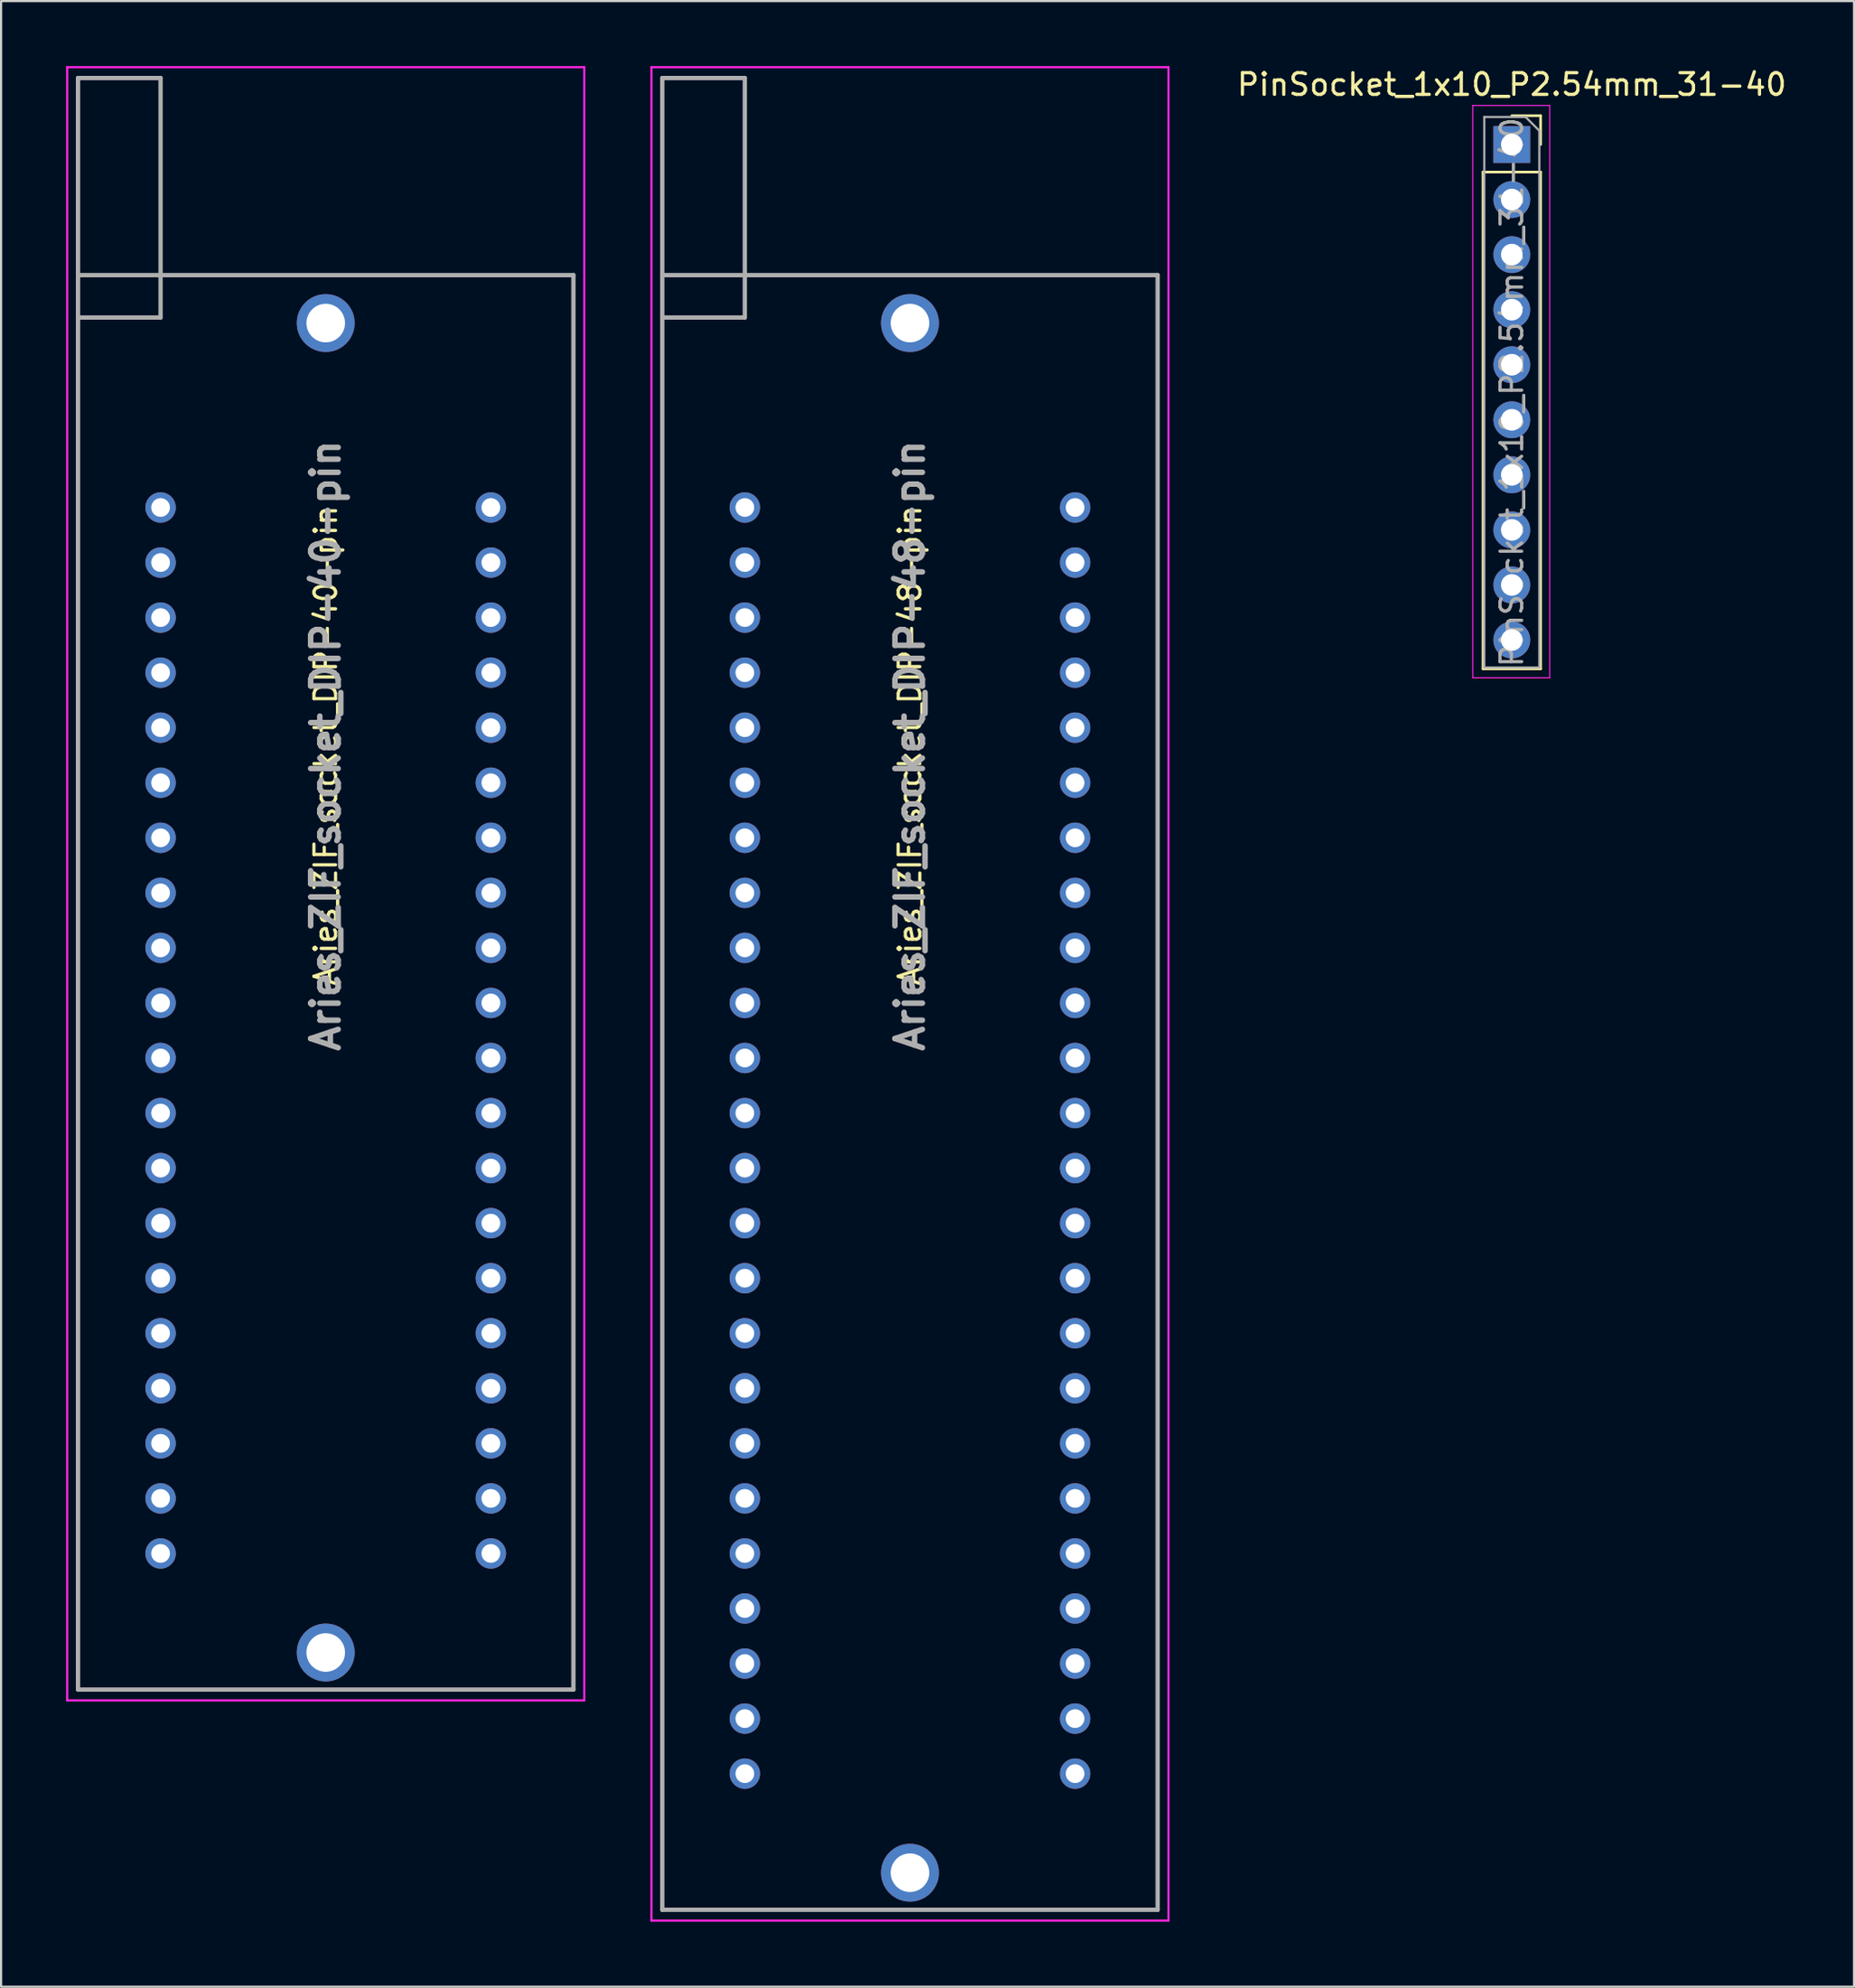
<source format=kicad_pcb>
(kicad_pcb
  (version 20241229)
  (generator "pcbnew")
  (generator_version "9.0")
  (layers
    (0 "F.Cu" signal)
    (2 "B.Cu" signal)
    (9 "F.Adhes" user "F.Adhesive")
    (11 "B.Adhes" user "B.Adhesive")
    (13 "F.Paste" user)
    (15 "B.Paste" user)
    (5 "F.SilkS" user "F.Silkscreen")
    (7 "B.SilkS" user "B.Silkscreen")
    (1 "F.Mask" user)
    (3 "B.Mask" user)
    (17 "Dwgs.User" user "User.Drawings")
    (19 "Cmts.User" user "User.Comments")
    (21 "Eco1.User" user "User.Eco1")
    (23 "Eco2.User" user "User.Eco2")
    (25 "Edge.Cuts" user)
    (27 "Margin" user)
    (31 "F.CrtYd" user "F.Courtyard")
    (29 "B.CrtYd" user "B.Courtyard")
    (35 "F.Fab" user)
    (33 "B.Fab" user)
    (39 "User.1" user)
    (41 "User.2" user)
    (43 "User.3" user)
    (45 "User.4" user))
  (footprint "Aries_ZIF_socket_DIP-48-pin"
    (layer "F.Cu")
    (at 38.94 34.335)
    (property "Reference" "Aries_ZIF_socket_DIP-48-pin" (at 0 -2.985 90) (layer "F.SilkS") (effects (font (size 1 1) (thickness 0.15))))
    (attr through_hole)
    (fp_line (start -11.43 -24.69) (end 11.43 -24.69) (stroke (width 0.1) (type solid)) (layer "F.SilkS"))
    (fp_line (start -11.43 25.33) (end -11.43 -24.69) (stroke (width 0.1) (type solid)) (layer "F.SilkS"))
    (fp_line (start 11.43 -24.69) (end 11.43 25.33) (stroke (width 0.1) (type solid)) (layer "F.SilkS"))
    (fp_line (start 11.43 50.73) (end -11.43 50.73) (stroke (width 0.1) (type solid)) (layer "F.SilkS"))
    (fp_line (start -11.93 -34.285) (end 11.93 -34.285) (stroke (width 0.1) (type solid)) (layer "F.CrtYd"))
    (fp_line (start -11.93 51.23) (end -11.93 -34.285) (stroke (width 0.1) (type solid)) (layer "F.CrtYd"))
    (fp_line (start 11.93 -34.285) (end 11.93 51.23) (stroke (width 0.1) (type solid)) (layer "F.CrtYd"))
    (fp_line (start 11.93 51.23) (end -11.93 51.23) (stroke (width 0.1) (type solid)) (layer "F.CrtYd"))
    (fp_line (start -11.43 -33.785) (end -7.62 -33.785) (stroke (width 0.2) (type solid)) (layer "F.Fab"))
    (fp_line (start -11.43 -24.69) (end 11.43 -24.69) (stroke (width 0.2) (type solid)) (layer "F.Fab"))
    (fp_line (start -11.43 -22.735) (end -11.43 -33.785) (stroke (width 0.2) (type solid)) (layer "F.Fab"))
    (fp_line (start -11.43 50.73) (end -11.43 -22.735) (stroke (width 0.2) (type solid)) (layer "F.Fab"))
    (fp_line (start -7.62 -33.785) (end -7.62 -22.735) (stroke (width 0.2) (type solid)) (layer "F.Fab"))
    (fp_line (start -7.62 -22.735) (end -11.43 -22.735) (stroke (width 0.2) (type solid)) (layer "F.Fab"))
    (fp_line (start 11.43 -24.69) (end 11.43 50.73) (stroke (width 0.2) (type solid)) (layer "F.Fab"))
    (fp_line (start 11.43 50.73) (end -11.43 50.73) (stroke (width 0.2) (type solid)) (layer "F.Fab"))
    (fp_text user "${REFERENCE}" (at 0 -2.985 90) (layer "F.Fab") (effects (font (size 1.27 1.27) (thickness 0.254))))
    (pad "1" thru_hole circle (at -7.62 -13.97 90) (size 1.403 1.403) (drill 0.864) (layers "*.Cu" "*.Mask"))
    (pad "2" thru_hole circle (at -7.62 -11.43 90) (size 1.403 1.403) (drill 0.864) (layers "*.Cu" "*.Mask"))
    (pad "3" thru_hole circle (at -7.62 -8.89 90) (size 1.403 1.403) (drill 0.864) (layers "*.Cu" "*.Mask"))
    (pad "4" thru_hole circle (at -7.62 -6.35 90) (size 1.403 1.403) (drill 0.864) (layers "*.Cu" "*.Mask"))
    (pad "5" thru_hole circle (at -7.62 -3.81 90) (size 1.403 1.403) (drill 0.864) (layers "*.Cu" "*.Mask"))
    (pad "6" thru_hole circle (at -7.62 -1.27 90) (size 1.403 1.403) (drill 0.864) (layers "*.Cu" "*.Mask"))
    (pad "7" thru_hole circle (at -7.62 1.27 90) (size 1.403 1.403) (drill 0.864) (layers "*.Cu" "*.Mask"))
    (pad "8" thru_hole circle (at -7.62 3.81 90) (size 1.403 1.403) (drill 0.864) (layers "*.Cu" "*.Mask"))
    (pad "9" thru_hole circle (at -7.62 6.35 90) (size 1.403 1.403) (drill 0.864) (layers "*.Cu" "*.Mask"))
    (pad "10" thru_hole circle (at -7.62 8.89 90) (size 1.403 1.403) (drill 0.864) (layers "*.Cu" "*.Mask"))
    (pad "11" thru_hole circle (at -7.62 11.43 90) (size 1.403 1.403) (drill 0.864) (layers "*.Cu" "*.Mask"))
    (pad "12" thru_hole circle (at -7.62 13.97 90) (size 1.403 1.403) (drill 0.864) (layers "*.Cu" "*.Mask"))
    (pad "13" thru_hole circle (at -7.62 16.51 90) (size 1.403 1.403) (drill 0.864) (layers "*.Cu" "*.Mask"))
    (pad "14" thru_hole circle (at -7.62 19.05 90) (size 1.403 1.403) (drill 0.864) (layers "*.Cu" "*.Mask"))
    (pad "15" thru_hole circle (at -7.62 21.59 90) (size 1.403 1.403) (drill 0.864) (layers "*.Cu" "*.Mask"))
    (pad "16" thru_hole circle (at -7.62 24.13 90) (size 1.403 1.403) (drill 0.864) (layers "*.Cu" "*.Mask"))
    (pad "17" thru_hole circle (at -7.62 26.67 90) (size 1.403 1.403) (drill 0.864) (layers "*.Cu" "*.Mask"))
    (pad "18" thru_hole circle (at -7.62 29.21 90) (size 1.403 1.403) (drill 0.864) (layers "*.Cu" "*.Mask"))
    (pad "19" thru_hole circle (at -7.62 31.75 90) (size 1.403 1.403) (drill 0.864) (layers "*.Cu" "*.Mask"))
    (pad "20" thru_hole circle (at -7.62 34.29 90) (size 1.403 1.403) (drill 0.864) (layers "*.Cu" "*.Mask"))
    (pad "21" thru_hole circle (at -7.62 36.83 90) (size 1.403 1.403) (drill 0.864) (layers "*.Cu" "*.Mask"))
    (pad "22" thru_hole circle (at -7.62 39.37 90) (size 1.403 1.403) (drill 0.864) (layers "*.Cu" "*.Mask"))
    (pad "23" thru_hole circle (at -7.62 41.91 90) (size 1.403 1.403) (drill 0.864) (layers "*.Cu" "*.Mask"))
    (pad "24" thru_hole circle (at -7.62 44.45 90) (size 1.403 1.403) (drill 0.864) (layers "*.Cu" "*.Mask"))
    (pad "25" thru_hole circle (at 7.62 44.45 90) (size 1.403 1.403) (drill 0.864) (layers "*.Cu" "*.Mask"))
    (pad "26" thru_hole circle (at 7.62 41.91 90) (size 1.403 1.403) (drill 0.864) (layers "*.Cu" "*.Mask"))
    (pad "27" thru_hole circle (at 7.62 39.37 90) (size 1.403 1.403) (drill 0.864) (layers "*.Cu" "*.Mask"))
    (pad "28" thru_hole circle (at 7.62 36.83 90) (size 1.403 1.403) (drill 0.864) (layers "*.Cu" "*.Mask"))
    (pad "29" thru_hole circle (at 7.62 34.29 90) (size 1.403 1.403) (drill 0.864) (layers "*.Cu" "*.Mask"))
    (pad "30" thru_hole circle (at 7.62 31.75 90) (size 1.403 1.403) (drill 0.864) (layers "*.Cu" "*.Mask"))
    (pad "31" thru_hole circle (at 7.62 29.21 90) (size 1.403 1.403) (drill 0.864) (layers "*.Cu" "*.Mask"))
    (pad "32" thru_hole circle (at 7.62 26.67 90) (size 1.403 1.403) (drill 0.864) (layers "*.Cu" "*.Mask"))
    (pad "33" thru_hole circle (at 7.62 24.13 90) (size 1.403 1.403) (drill 0.864) (layers "*.Cu" "*.Mask"))
    (pad "34" thru_hole circle (at 7.62 21.59 90) (size 1.403 1.403) (drill 0.864) (layers "*.Cu" "*.Mask"))
    (pad "35" thru_hole circle (at 7.62 19.05 90) (size 1.403 1.403) (drill 0.864) (layers "*.Cu" "*.Mask"))
    (pad "36" thru_hole circle (at 7.62 16.51 90) (size 1.403 1.403) (drill 0.864) (layers "*.Cu" "*.Mask"))
    (pad "37" thru_hole circle (at 7.62 13.97 90) (size 1.403 1.403) (drill 0.864) (layers "*.Cu" "*.Mask"))
    (pad "38" thru_hole circle (at 7.62 11.43 90) (size 1.403 1.403) (drill 0.864) (layers "*.Cu" "*.Mask"))
    (pad "39" thru_hole circle (at 7.62 8.89 90) (size 1.403 1.403) (drill 0.864) (layers "*.Cu" "*.Mask"))
    (pad "40" thru_hole circle (at 7.62 6.35 90) (size 1.403 1.403) (drill 0.864) (layers "*.Cu" "*.Mask"))
    (pad "41" thru_hole circle (at 7.62 3.81 90) (size 1.403 1.403) (drill 0.864) (layers "*.Cu" "*.Mask"))
    (pad "42" thru_hole circle (at 7.62 1.27 90) (size 1.403 1.403) (drill 0.864) (layers "*.Cu" "*.Mask"))
    (pad "43" thru_hole circle (at 7.62 -1.27 90) (size 1.403 1.403) (drill 0.864) (layers "*.Cu" "*.Mask"))
    (pad "44" thru_hole circle (at 7.62 -3.81 90) (size 1.403 1.403) (drill 0.864) (layers "*.Cu" "*.Mask"))
    (pad "45" thru_hole circle (at 7.62 -6.35 90) (size 1.403 1.403) (drill 0.864) (layers "*.Cu" "*.Mask"))
    (pad "46" thru_hole circle (at 7.62 -8.89 90) (size 1.403 1.403) (drill 0.864) (layers "*.Cu" "*.Mask"))
    (pad "47" thru_hole circle (at 7.62 -11.43 90) (size 1.403 1.403) (drill 0.864) (layers "*.Cu" "*.Mask"))
    (pad "48" thru_hole circle (at 7.62 -13.97 90) (size 1.403 1.403) (drill 0.864) (layers "*.Cu" "*.Mask"))
    (pad "MH1" thru_hole circle (at 0 49.02 90) (size 2.67 2.67) (drill 1.78) (layers "*.Cu" "*.Mask"))
    (pad "MH2" thru_hole circle (at 0 -22.48 90) (size 2.67 2.67) (drill 1.78) (layers "*.Cu" "*.Mask")))
  (footprint "Aries_ZIF_socket_DIP-40-pin"
    (layer "F.Cu")
    (at 11.98 34.335)
    (property "Reference" "Aries_ZIF_socket_DIP-40-pin" (at 0 -2.985 90) (layer "F.SilkS") (effects (font (size 1 1) (thickness 0.15))))
    (attr through_hole)
    (fp_line (start -11.43 -24.69) (end 11.43 -24.69) (stroke (width 0.1) (type solid)) (layer "F.SilkS"))
    (fp_line (start -11.43 25.33) (end -11.43 -24.69) (stroke (width 0.1) (type solid)) (layer "F.SilkS"))
    (fp_line (start 11.43 -24.69) (end 11.43 25.33) (stroke (width 0.1) (type solid)) (layer "F.SilkS"))
    (fp_line (start 11.43 40.57) (end -11.43 40.57) (stroke (width 0.1) (type solid)) (layer "F.SilkS"))
    (fp_line (start -11.93 -34.285) (end 11.93 -34.285) (stroke (width 0.1) (type solid)) (layer "F.CrtYd"))
    (fp_line (start -11.93 41.07) (end -11.93 -34.285) (stroke (width 0.1) (type solid)) (layer "F.CrtYd"))
    (fp_line (start 11.93 -34.285) (end 11.93 41.07) (stroke (width 0.1) (type solid)) (layer "F.CrtYd"))
    (fp_line (start 11.93 41.07) (end -11.93 41.07) (stroke (width 0.1) (type solid)) (layer "F.CrtYd"))
    (fp_line (start -11.43 -33.785) (end -7.62 -33.785) (stroke (width 0.2) (type solid)) (layer "F.Fab"))
    (fp_line (start -11.43 -24.69) (end 11.43 -24.69) (stroke (width 0.2) (type solid)) (layer "F.Fab"))
    (fp_line (start -11.43 -22.735) (end -11.43 -33.785) (stroke (width 0.2) (type solid)) (layer "F.Fab"))
    (fp_line (start -11.43 40.57) (end -11.43 -22.735) (stroke (width 0.2) (type solid)) (layer "F.Fab"))
    (fp_line (start -7.62 -33.785) (end -7.62 -22.735) (stroke (width 0.2) (type solid)) (layer "F.Fab"))
    (fp_line (start -7.62 -22.735) (end -11.43 -22.735) (stroke (width 0.2) (type solid)) (layer "F.Fab"))
    (fp_line (start 11.43 -24.69) (end 11.43 40.57) (stroke (width 0.2) (type solid)) (layer "F.Fab"))
    (fp_line (start 11.43 40.57) (end -11.43 40.57) (stroke (width 0.2) (type solid)) (layer "F.Fab"))
    (fp_text user "${REFERENCE}" (at 0 -2.985 90) (layer "F.Fab") (effects (font (size 1.27 1.27) (thickness 0.254))))
    (pad "1" thru_hole circle (at -7.62 -13.97 90) (size 1.403 1.403) (drill 0.864) (layers "*.Cu" "*.Mask"))
    (pad "2" thru_hole circle (at -7.62 -11.43 90) (size 1.403 1.403) (drill 0.864) (layers "*.Cu" "*.Mask"))
    (pad "3" thru_hole circle (at -7.62 -8.89 90) (size 1.403 1.403) (drill 0.864) (layers "*.Cu" "*.Mask"))
    (pad "4" thru_hole circle (at -7.62 -6.35 90) (size 1.403 1.403) (drill 0.864) (layers "*.Cu" "*.Mask"))
    (pad "5" thru_hole circle (at -7.62 -3.81 90) (size 1.403 1.403) (drill 0.864) (layers "*.Cu" "*.Mask"))
    (pad "6" thru_hole circle (at -7.62 -1.27 90) (size 1.403 1.403) (drill 0.864) (layers "*.Cu" "*.Mask"))
    (pad "7" thru_hole circle (at -7.62 1.27 90) (size 1.403 1.403) (drill 0.864) (layers "*.Cu" "*.Mask"))
    (pad "8" thru_hole circle (at -7.62 3.81 90) (size 1.403 1.403) (drill 0.864) (layers "*.Cu" "*.Mask"))
    (pad "9" thru_hole circle (at -7.62 6.35 90) (size 1.403 1.403) (drill 0.864) (layers "*.Cu" "*.Mask"))
    (pad "10" thru_hole circle (at -7.62 8.89 90) (size 1.403 1.403) (drill 0.864) (layers "*.Cu" "*.Mask"))
    (pad "11" thru_hole circle (at -7.62 11.43 90) (size 1.403 1.403) (drill 0.864) (layers "*.Cu" "*.Mask"))
    (pad "12" thru_hole circle (at -7.62 13.97 90) (size 1.403 1.403) (drill 0.864) (layers "*.Cu" "*.Mask"))
    (pad "13" thru_hole circle (at -7.62 16.51 90) (size 1.403 1.403) (drill 0.864) (layers "*.Cu" "*.Mask"))
    (pad "14" thru_hole circle (at -7.62 19.05 90) (size 1.403 1.403) (drill 0.864) (layers "*.Cu" "*.Mask"))
    (pad "15" thru_hole circle (at -7.62 21.59 90) (size 1.403 1.403) (drill 0.864) (layers "*.Cu" "*.Mask"))
    (pad "16" thru_hole circle (at -7.62 24.13 90) (size 1.403 1.403) (drill 0.864) (layers "*.Cu" "*.Mask"))
    (pad "17" thru_hole circle (at -7.62 26.67 90) (size 1.403 1.403) (drill 0.864) (layers "*.Cu" "*.Mask"))
    (pad "18" thru_hole circle (at -7.62 29.21 90) (size 1.403 1.403) (drill 0.864) (layers "*.Cu" "*.Mask"))
    (pad "19" thru_hole circle (at -7.62 31.75 90) (size 1.403 1.403) (drill 0.864) (layers "*.Cu" "*.Mask"))
    (pad "20" thru_hole circle (at -7.62 34.29 90) (size 1.403 1.403) (drill 0.864) (layers "*.Cu" "*.Mask"))
    (pad "21" thru_hole circle (at 7.62 34.29 90) (size 1.403 1.403) (drill 0.864) (layers "*.Cu" "*.Mask"))
    (pad "22" thru_hole circle (at 7.62 31.75 90) (size 1.403 1.403) (drill 0.864) (layers "*.Cu" "*.Mask"))
    (pad "23" thru_hole circle (at 7.62 29.21 90) (size 1.403 1.403) (drill 0.864) (layers "*.Cu" "*.Mask"))
    (pad "24" thru_hole circle (at 7.62 26.67 90) (size 1.403 1.403) (drill 0.864) (layers "*.Cu" "*.Mask"))
    (pad "25" thru_hole circle (at 7.62 24.13 90) (size 1.403 1.403) (drill 0.864) (layers "*.Cu" "*.Mask"))
    (pad "26" thru_hole circle (at 7.62 21.59 90) (size 1.403 1.403) (drill 0.864) (layers "*.Cu" "*.Mask"))
    (pad "27" thru_hole circle (at 7.62 19.05 90) (size 1.403 1.403) (drill 0.864) (layers "*.Cu" "*.Mask"))
    (pad "28" thru_hole circle (at 7.62 16.51 90) (size 1.403 1.403) (drill 0.864) (layers "*.Cu" "*.Mask"))
    (pad "29" thru_hole circle (at 7.62 13.97 90) (size 1.403 1.403) (drill 0.864) (layers "*.Cu" "*.Mask"))
    (pad "30" thru_hole circle (at 7.62 11.43 90) (size 1.403 1.403) (drill 0.864) (layers "*.Cu" "*.Mask"))
    (pad "31" thru_hole circle (at 7.62 8.89 90) (size 1.403 1.403) (drill 0.864) (layers "*.Cu" "*.Mask"))
    (pad "32" thru_hole circle (at 7.62 6.35 90) (size 1.403 1.403) (drill 0.864) (layers "*.Cu" "*.Mask"))
    (pad "33" thru_hole circle (at 7.62 3.81 90) (size 1.403 1.403) (drill 0.864) (layers "*.Cu" "*.Mask"))
    (pad "34" thru_hole circle (at 7.62 1.27 90) (size 1.403 1.403) (drill 0.864) (layers "*.Cu" "*.Mask"))
    (pad "35" thru_hole circle (at 7.62 -1.27 90) (size 1.403 1.403) (drill 0.864) (layers "*.Cu" "*.Mask"))
    (pad "36" thru_hole circle (at 7.62 -3.81 90) (size 1.403 1.403) (drill 0.864) (layers "*.Cu" "*.Mask"))
    (pad "37" thru_hole circle (at 7.62 -6.35 90) (size 1.403 1.403) (drill 0.864) (layers "*.Cu" "*.Mask"))
    (pad "38" thru_hole circle (at 7.62 -8.89 90) (size 1.403 1.403) (drill 0.864) (layers "*.Cu" "*.Mask"))
    (pad "39" thru_hole circle (at 7.62 -11.43 90) (size 1.403 1.403) (drill 0.864) (layers "*.Cu" "*.Mask"))
    (pad "40" thru_hole circle (at 7.62 -13.97 90) (size 1.403 1.403) (drill 0.864) (layers "*.Cu" "*.Mask"))
    (pad "MH1" thru_hole circle (at 0 38.86 90) (size 2.67 2.67) (drill 1.78) (layers "*.Cu" "*.Mask"))
    (pad "MH2" thru_hole circle (at 0 -22.48 90) (size 2.67 2.67) (drill 1.78) (layers "*.Cu" "*.Mask")))
  (footprint "PinSocket_1x10_P2.54mm_31-40"
    (layer "F.Cu")
    (at 66.712 3.618)
    (property "Reference" "PinSocket_1x10_P2.54mm_31-40" (at 0 -2.77 0) (layer "F.SilkS") (effects (font (size 1 1) (thickness 0.15))))
    (attr through_hole)
    (fp_line (start -1.33 1.27) (end -1.33 24.19) (stroke (width 0.12) (type solid)) (layer "F.SilkS"))
    (fp_line (start -1.33 1.27) (end 1.33 1.27) (stroke (width 0.12) (type solid)) (layer "F.SilkS"))
    (fp_line (start -1.33 24.19) (end 1.33 24.19) (stroke (width 0.12) (type solid)) (layer "F.SilkS"))
    (fp_line (start 0 -1.33) (end 1.33 -1.33) (stroke (width 0.12) (type solid)) (layer "F.SilkS"))
    (fp_line (start 1.33 -1.33) (end 1.33 0) (stroke (width 0.12) (type solid)) (layer "F.SilkS"))
    (fp_line (start 1.33 1.27) (end 1.33 24.19) (stroke (width 0.12) (type solid)) (layer "F.SilkS"))
    (fp_line (start -1.8 -1.8) (end 1.75 -1.8) (stroke (width 0.05) (type solid)) (layer "F.CrtYd"))
    (fp_line (start -1.8 24.6) (end -1.8 -1.8) (stroke (width 0.05) (type solid)) (layer "F.CrtYd"))
    (fp_line (start 1.75 -1.8) (end 1.75 24.6) (stroke (width 0.05) (type solid)) (layer "F.CrtYd"))
    (fp_line (start 1.75 24.6) (end -1.8 24.6) (stroke (width 0.05) (type solid)) (layer "F.CrtYd"))
    (fp_line (start -1.27 -1.27) (end 0.635 -1.27) (stroke (width 0.1) (type solid)) (layer "F.Fab"))
    (fp_line (start -1.27 24.13) (end -1.27 -1.27) (stroke (width 0.1) (type solid)) (layer "F.Fab"))
    (fp_line (start 0.635 -1.27) (end 1.27 -0.635) (stroke (width 0.1) (type solid)) (layer "F.Fab"))
    (fp_line (start 1.27 -0.635) (end 1.27 24.13) (stroke (width 0.1) (type solid)) (layer "F.Fab"))
    (fp_line (start 1.27 24.13) (end -1.27 24.13) (stroke (width 0.1) (type solid)) (layer "F.Fab"))
    (fp_text user "${REFERENCE}" (at 0 11.43 90) (layer "F.Fab") (effects (font (size 1 1) (thickness 0.15))))
    (pad "31" thru_hole rect (at 0 0) (size 1.7 1.7) (drill 1) (layers "*.Cu" "*.Mask"))
    (pad "32" thru_hole oval (at 0 2.54) (size 1.7 1.7) (drill 1) (layers "*.Cu" "*.Mask"))
    (pad "33" thru_hole oval (at 0 5.08) (size 1.7 1.7) (drill 1) (layers "*.Cu" "*.Mask"))
    (pad "34" thru_hole oval (at 0 7.62) (size 1.7 1.7) (drill 1) (layers "*.Cu" "*.Mask"))
    (pad "35" thru_hole oval (at 0 10.16) (size 1.7 1.7) (drill 1) (layers "*.Cu" "*.Mask"))
    (pad "36" thru_hole oval (at 0 12.7) (size 1.7 1.7) (drill 1) (layers "*.Cu" "*.Mask"))
    (pad "37" thru_hole oval (at 0 15.24) (size 1.7 1.7) (drill 1) (layers "*.Cu" "*.Mask"))
    (pad "38" thru_hole oval (at 0 17.78) (size 1.7 1.7) (drill 1) (layers "*.Cu" "*.Mask"))
    (pad "39" thru_hole oval (at 0 20.32) (size 1.7 1.7) (drill 1) (layers "*.Cu" "*.Mask"))
    (pad "40" thru_hole oval (at 0 22.86) (size 1.7 1.7) (drill 1) (layers "*.Cu" "*.Mask")))
  (gr_rect
    (start -3 -3)
    (end 82.503 88.615)
    (stroke (width 0.1) (type default))
    (fill no)
    (layer "Edge.Cuts")))
</source>
